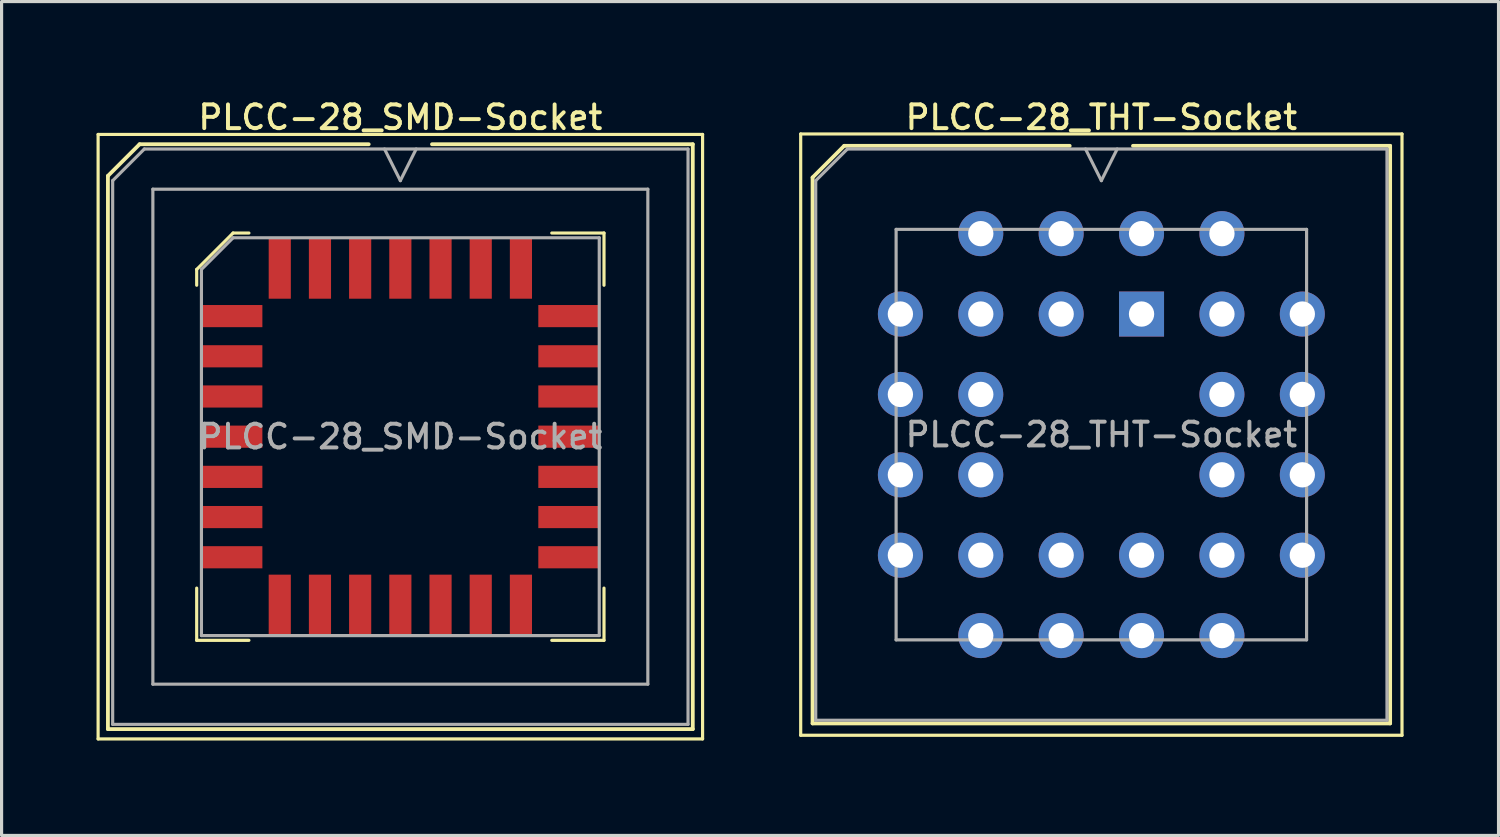
<source format=kicad_pcb>
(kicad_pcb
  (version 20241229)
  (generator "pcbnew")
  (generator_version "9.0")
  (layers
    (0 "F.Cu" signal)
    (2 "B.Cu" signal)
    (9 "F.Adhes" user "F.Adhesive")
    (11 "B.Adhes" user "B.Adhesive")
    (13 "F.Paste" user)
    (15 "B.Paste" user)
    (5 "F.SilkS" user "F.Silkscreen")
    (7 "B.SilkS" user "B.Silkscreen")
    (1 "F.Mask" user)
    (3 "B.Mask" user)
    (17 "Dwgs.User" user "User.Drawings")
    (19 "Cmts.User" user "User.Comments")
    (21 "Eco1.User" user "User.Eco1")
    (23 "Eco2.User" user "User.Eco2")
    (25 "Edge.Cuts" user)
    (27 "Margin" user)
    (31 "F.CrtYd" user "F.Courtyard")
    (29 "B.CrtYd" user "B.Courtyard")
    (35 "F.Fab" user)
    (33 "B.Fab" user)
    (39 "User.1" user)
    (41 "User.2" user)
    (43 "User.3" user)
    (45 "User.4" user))
  (footprint "PLCC-28_SMD-Socket"
    (layer "F.Cu")
    (at 9.6 10.748)
    (property "Reference" "PLCC-28_SMD-Socket" (at 0 -10.09 0) (layer "F.SilkS") (effects (font (size 0.75 0.75) (thickness 0.125))))
    (attr smd)
    (fp_line (start -9.55 -9.55) (end -9.55 9.55) (stroke (width 0.1) (type solid)) (layer "F.SilkS"))
    (fp_line (start -9.55 9.55) (end 9.55 9.55) (stroke (width 0.1) (type solid)) (layer "F.SilkS"))
    (fp_line (start -9.24 -8.24) (end -9.24 9.24) (stroke (width 0.12) (type solid)) (layer "F.SilkS"))
    (fp_line (start -9.24 9.24) (end 9.24 9.24) (stroke (width 0.12) (type solid)) (layer "F.SilkS"))
    (fp_line (start -8.24 -9.24) (end -9.24 -8.24) (stroke (width 0.12) (type solid)) (layer "F.SilkS"))
    (fp_line (start -6.435 -5.285) (end -6.435 -4.785) (stroke (width 0.1) (type solid)) (layer "F.SilkS"))
    (fp_line (start -6.435 6.435) (end -6.435 4.785) (stroke (width 0.1) (type solid)) (layer "F.SilkS"))
    (fp_line (start -5.285 -6.435) (end -6.435 -5.285) (stroke (width 0.1) (type solid)) (layer "F.SilkS"))
    (fp_line (start -4.785 -6.435) (end -5.285 -6.435) (stroke (width 0.1) (type solid)) (layer "F.SilkS"))
    (fp_line (start -4.785 6.435) (end -6.435 6.435) (stroke (width 0.1) (type solid)) (layer "F.SilkS"))
    (fp_line (start -1 -9.24) (end -8.24 -9.24) (stroke (width 0.12) (type solid)) (layer "F.SilkS"))
    (fp_line (start 4.785 -6.435) (end 6.435 -6.435) (stroke (width 0.1) (type solid)) (layer "F.SilkS"))
    (fp_line (start 4.785 6.435) (end 6.435 6.435) (stroke (width 0.1) (type solid)) (layer "F.SilkS"))
    (fp_line (start 6.435 -6.435) (end 6.435 -4.785) (stroke (width 0.1) (type solid)) (layer "F.SilkS"))
    (fp_line (start 6.435 6.435) (end 6.435 4.785) (stroke (width 0.1) (type solid)) (layer "F.SilkS"))
    (fp_line (start 9.24 -9.24) (end 1 -9.24) (stroke (width 0.12) (type solid)) (layer "F.SilkS"))
    (fp_line (start 9.24 9.24) (end 9.24 -9.24) (stroke (width 0.12) (type solid)) (layer "F.SilkS"))
    (fp_line (start 9.55 -9.55) (end -9.55 -9.55) (stroke (width 0.1) (type solid)) (layer "F.SilkS"))
    (fp_line (start 9.55 9.55) (end 9.55 -9.55) (stroke (width 0.1) (type solid)) (layer "F.SilkS"))
    (fp_line (start -9.09 -8.09) (end -9.09 9.09) (stroke (width 0.1) (type solid)) (layer "F.Fab"))
    (fp_line (start -9.09 9.09) (end 9.09 9.09) (stroke (width 0.1) (type solid)) (layer "F.Fab"))
    (fp_line (start -8.09 -9.09) (end -9.09 -8.09) (stroke (width 0.1) (type solid)) (layer "F.Fab"))
    (fp_line (start -7.82 -7.82) (end -7.82 7.82) (stroke (width 0.1) (type solid)) (layer "F.Fab"))
    (fp_line (start -7.82 7.82) (end 7.82 7.82) (stroke (width 0.1) (type solid)) (layer "F.Fab"))
    (fp_line (start -6.285 -5.285) (end -6.285 6.285) (stroke (width 0.1) (type solid)) (layer "F.Fab"))
    (fp_line (start -6.285 6.285) (end 6.285 6.285) (stroke (width 0.1) (type solid)) (layer "F.Fab"))
    (fp_line (start -5.285 -6.285) (end -6.285 -5.285) (stroke (width 0.1) (type solid)) (layer "F.Fab"))
    (fp_line (start -0.5 -9.09) (end 0 -8.09) (stroke (width 0.1) (type solid)) (layer "F.Fab"))
    (fp_line (start 0 -8.09) (end 0.5 -9.09) (stroke (width 0.1) (type solid)) (layer "F.Fab"))
    (fp_line (start 6.285 -6.285) (end -5.285 -6.285) (stroke (width 0.1) (type solid)) (layer "F.Fab"))
    (fp_line (start 6.285 6.285) (end 6.285 -6.285) (stroke (width 0.1) (type solid)) (layer "F.Fab"))
    (fp_line (start 7.82 -7.82) (end -7.82 -7.82) (stroke (width 0.1) (type solid)) (layer "F.Fab"))
    (fp_line (start 7.82 7.82) (end 7.82 -7.82) (stroke (width 0.1) (type solid)) (layer "F.Fab"))
    (fp_line (start 9.09 -9.09) (end -8.09 -9.09) (stroke (width 0.1) (type solid)) (layer "F.Fab"))
    (fp_line (start 9.09 9.09) (end 9.09 -9.09) (stroke (width 0.1) (type solid)) (layer "F.Fab"))
    (fp_text user "${REFERENCE}" (at 0 0 0) (layer "F.Fab") (effects (font (size 0.75 0.75) (thickness 0.125))))
    (pad "1" smd rect (at 0 -5.322) (size 0.7 1.925) (layers "F.Cu" "F.Mask" "F.Paste"))
    (pad "2" smd rect (at -1.27 -5.322) (size 0.7 1.925) (layers "F.Cu" "F.Mask" "F.Paste"))
    (pad "3" smd rect (at -2.54 -5.322) (size 0.7 1.925) (layers "F.Cu" "F.Mask" "F.Paste"))
    (pad "4" smd rect (at -3.81 -5.322) (size 0.7 1.925) (layers "F.Cu" "F.Mask" "F.Paste"))
    (pad "5" smd rect (at -5.322 -3.81) (size 1.925 0.7) (layers "F.Cu" "F.Mask" "F.Paste"))
    (pad "6" smd rect (at -5.322 -2.54) (size 1.925 0.7) (layers "F.Cu" "F.Mask" "F.Paste"))
    (pad "7" smd rect (at -5.322 -1.27) (size 1.925 0.7) (layers "F.Cu" "F.Mask" "F.Paste"))
    (pad "8" smd rect (at -5.322 0) (size 1.925 0.7) (layers "F.Cu" "F.Mask" "F.Paste"))
    (pad "9" smd rect (at -5.322 1.27) (size 1.925 0.7) (layers "F.Cu" "F.Mask" "F.Paste"))
    (pad "10" smd rect (at -5.322 2.54) (size 1.925 0.7) (layers "F.Cu" "F.Mask" "F.Paste"))
    (pad "11" smd rect (at -5.322 3.81) (size 1.925 0.7) (layers "F.Cu" "F.Mask" "F.Paste"))
    (pad "12" smd rect (at -3.81 5.322) (size 0.7 1.925) (layers "F.Cu" "F.Mask" "F.Paste"))
    (pad "13" smd rect (at -2.54 5.322) (size 0.7 1.925) (layers "F.Cu" "F.Mask" "F.Paste"))
    (pad "14" smd rect (at -1.27 5.322) (size 0.7 1.925) (layers "F.Cu" "F.Mask" "F.Paste"))
    (pad "15" smd rect (at 0 5.322) (size 0.7 1.925) (layers "F.Cu" "F.Mask" "F.Paste"))
    (pad "16" smd rect (at 1.27 5.322) (size 0.7 1.925) (layers "F.Cu" "F.Mask" "F.Paste"))
    (pad "17" smd rect (at 2.54 5.322) (size 0.7 1.925) (layers "F.Cu" "F.Mask" "F.Paste"))
    (pad "18" smd rect (at 3.81 5.322) (size 0.7 1.925) (layers "F.Cu" "F.Mask" "F.Paste"))
    (pad "19" smd rect (at 5.322 3.81) (size 1.925 0.7) (layers "F.Cu" "F.Mask" "F.Paste"))
    (pad "20" smd rect (at 5.322 2.54) (size 1.925 0.7) (layers "F.Cu" "F.Mask" "F.Paste"))
    (pad "21" smd rect (at 5.322 1.27) (size 1.925 0.7) (layers "F.Cu" "F.Mask" "F.Paste"))
    (pad "22" smd rect (at 5.322 0) (size 1.925 0.7) (layers "F.Cu" "F.Mask" "F.Paste"))
    (pad "23" smd rect (at 5.322 -1.27) (size 1.925 0.7) (layers "F.Cu" "F.Mask" "F.Paste"))
    (pad "24" smd rect (at 5.322 -2.54) (size 1.925 0.7) (layers "F.Cu" "F.Mask" "F.Paste"))
    (pad "25" smd rect (at 5.322 -3.81) (size 1.925 0.7) (layers "F.Cu" "F.Mask" "F.Paste"))
    (pad "26" smd rect (at 3.81 -5.322) (size 0.7 1.925) (layers "F.Cu" "F.Mask" "F.Paste"))
    (pad "27" smd rect (at 2.54 -5.322) (size 0.7 1.925) (layers "F.Cu" "F.Mask" "F.Paste"))
    (pad "28" smd rect (at 1.27 -5.322) (size 0.7 1.925) (layers "F.Cu" "F.Mask" "F.Paste")))
  (footprint "PLCC-28_THT-Socket"
    (layer "F.Cu")
    (at 33.02 6.873)
    (property "Reference" "PLCC-28_THT-Socket" (at -1.27 -6.215 0) (layer "F.SilkS") (effects (font (size 0.75 0.75) (thickness 0.125))))
    (attr through_hole)
    (fp_line (start -10.77 -5.69) (end -10.77 13.31) (stroke (width 0.1) (type solid)) (layer "F.SilkS"))
    (fp_line (start -10.77 13.31) (end 8.23 13.31) (stroke (width 0.1) (type solid)) (layer "F.SilkS"))
    (fp_line (start -10.395 -4.315) (end -10.395 12.935) (stroke (width 0.12) (type solid)) (layer "F.SilkS"))
    (fp_line (start -10.395 12.935) (end 7.855 12.935) (stroke (width 0.12) (type solid)) (layer "F.SilkS"))
    (fp_line (start -9.395 -5.315) (end -10.395 -4.315) (stroke (width 0.12) (type solid)) (layer "F.SilkS"))
    (fp_line (start -2.27 -5.315) (end -9.395 -5.315) (stroke (width 0.12) (type solid)) (layer "F.SilkS"))
    (fp_line (start 7.855 -5.315) (end -0.27 -5.315) (stroke (width 0.12) (type solid)) (layer "F.SilkS"))
    (fp_line (start 7.855 12.935) (end 7.855 -5.315) (stroke (width 0.12) (type solid)) (layer "F.SilkS"))
    (fp_line (start 8.23 -5.69) (end -10.77 -5.69) (stroke (width 0.1) (type solid)) (layer "F.SilkS"))
    (fp_line (start 8.23 13.31) (end 8.23 -5.69) (stroke (width 0.1) (type solid)) (layer "F.SilkS"))
    (fp_line (start -10.295 -4.215) (end -10.295 12.835) (stroke (width 0.1) (type solid)) (layer "F.Fab"))
    (fp_line (start -10.295 12.835) (end 7.755 12.835) (stroke (width 0.1) (type solid)) (layer "F.Fab"))
    (fp_line (start -9.295 -5.215) (end -10.295 -4.215) (stroke (width 0.1) (type solid)) (layer "F.Fab"))
    (fp_line (start -7.755 -2.675) (end -7.755 10.295) (stroke (width 0.1) (type solid)) (layer "F.Fab"))
    (fp_line (start -7.755 10.295) (end 5.215 10.295) (stroke (width 0.1) (type solid)) (layer "F.Fab"))
    (fp_line (start -1.77 -5.215) (end -1.27 -4.215) (stroke (width 0.1) (type solid)) (layer "F.Fab"))
    (fp_line (start -1.27 -4.215) (end -0.77 -5.215) (stroke (width 0.1) (type solid)) (layer "F.Fab"))
    (fp_line (start 5.215 -2.675) (end -7.755 -2.675) (stroke (width 0.1) (type solid)) (layer "F.Fab"))
    (fp_line (start 5.215 10.295) (end 5.215 -2.675) (stroke (width 0.1) (type solid)) (layer "F.Fab"))
    (fp_line (start 7.755 -5.215) (end -9.295 -5.215) (stroke (width 0.1) (type solid)) (layer "F.Fab"))
    (fp_line (start 7.755 12.835) (end 7.755 -5.215) (stroke (width 0.1) (type solid)) (layer "F.Fab"))
    (fp_text user "${REFERENCE}" (at -1.27 3.81 0) (layer "F.Fab") (effects (font (size 0.75 0.75) (thickness 0.125))))
    (pad "1" thru_hole rect (at 0 0) (size 1.422 1.422) (drill 0.8) (layers "*.Cu" "*.Mask"))
    (pad "2" thru_hole circle (at -2.54 -2.54) (size 1.422 1.422) (drill 0.8) (layers "*.Cu" "*.Mask"))
    (pad "3" thru_hole circle (at -2.54 0) (size 1.422 1.422) (drill 0.8) (layers "*.Cu" "*.Mask"))
    (pad "4" thru_hole circle (at -5.08 -2.54) (size 1.422 1.422) (drill 0.8) (layers "*.Cu" "*.Mask"))
    (pad "5" thru_hole circle (at -7.62 0) (size 1.422 1.422) (drill 0.8) (layers "*.Cu" "*.Mask"))
    (pad "6" thru_hole circle (at -5.08 0) (size 1.422 1.422) (drill 0.8) (layers "*.Cu" "*.Mask"))
    (pad "7" thru_hole circle (at -7.62 2.54) (size 1.422 1.422) (drill 0.8) (layers "*.Cu" "*.Mask"))
    (pad "8" thru_hole circle (at -5.08 2.54) (size 1.422 1.422) (drill 0.8) (layers "*.Cu" "*.Mask"))
    (pad "9" thru_hole circle (at -7.62 5.08) (size 1.422 1.422) (drill 0.8) (layers "*.Cu" "*.Mask"))
    (pad "10" thru_hole circle (at -5.08 5.08) (size 1.422 1.422) (drill 0.8) (layers "*.Cu" "*.Mask"))
    (pad "11" thru_hole circle (at -7.62 7.62) (size 1.422 1.422) (drill 0.8) (layers "*.Cu" "*.Mask"))
    (pad "12" thru_hole circle (at -5.08 10.16) (size 1.422 1.422) (drill 0.8) (layers "*.Cu" "*.Mask"))
    (pad "13" thru_hole circle (at -5.08 7.62) (size 1.422 1.422) (drill 0.8) (layers "*.Cu" "*.Mask"))
    (pad "14" thru_hole circle (at -2.54 10.16) (size 1.422 1.422) (drill 0.8) (layers "*.Cu" "*.Mask"))
    (pad "15" thru_hole circle (at -2.54 7.62) (size 1.422 1.422) (drill 0.8) (layers "*.Cu" "*.Mask"))
    (pad "16" thru_hole circle (at 0 10.16) (size 1.422 1.422) (drill 0.8) (layers "*.Cu" "*.Mask"))
    (pad "17" thru_hole circle (at 0 7.62) (size 1.422 1.422) (drill 0.8) (layers "*.Cu" "*.Mask"))
    (pad "18" thru_hole circle (at 2.54 10.16) (size 1.422 1.422) (drill 0.8) (layers "*.Cu" "*.Mask"))
    (pad "19" thru_hole circle (at 5.08 7.62) (size 1.422 1.422) (drill 0.8) (layers "*.Cu" "*.Mask"))
    (pad "20" thru_hole circle (at 2.54 7.62) (size 1.422 1.422) (drill 0.8) (layers "*.Cu" "*.Mask"))
    (pad "21" thru_hole circle (at 5.08 5.08) (size 1.422 1.422) (drill 0.8) (layers "*.Cu" "*.Mask"))
    (pad "22" thru_hole circle (at 2.54 5.08) (size 1.422 1.422) (drill 0.8) (layers "*.Cu" "*.Mask"))
    (pad "23" thru_hole circle (at 5.08 2.54) (size 1.422 1.422) (drill 0.8) (layers "*.Cu" "*.Mask"))
    (pad "24" thru_hole circle (at 2.54 2.54) (size 1.422 1.422) (drill 0.8) (layers "*.Cu" "*.Mask"))
    (pad "25" thru_hole circle (at 5.08 0) (size 1.422 1.422) (drill 0.8) (layers "*.Cu" "*.Mask"))
    (pad "26" thru_hole circle (at 2.54 -2.54) (size 1.422 1.422) (drill 0.8) (layers "*.Cu" "*.Mask"))
    (pad "27" thru_hole circle (at 2.54 0) (size 1.422 1.422) (drill 0.8) (layers "*.Cu" "*.Mask"))
    (pad "28" thru_hole circle (at 0 -2.54) (size 1.422 1.422) (drill 0.8) (layers "*.Cu" "*.Mask")))
  (gr_rect
    (start -3 -3)
    (end 44.3 23.348)
    (stroke (width 0.1) (type default))
    (fill no)
    (layer "Edge.Cuts")))
</source>
